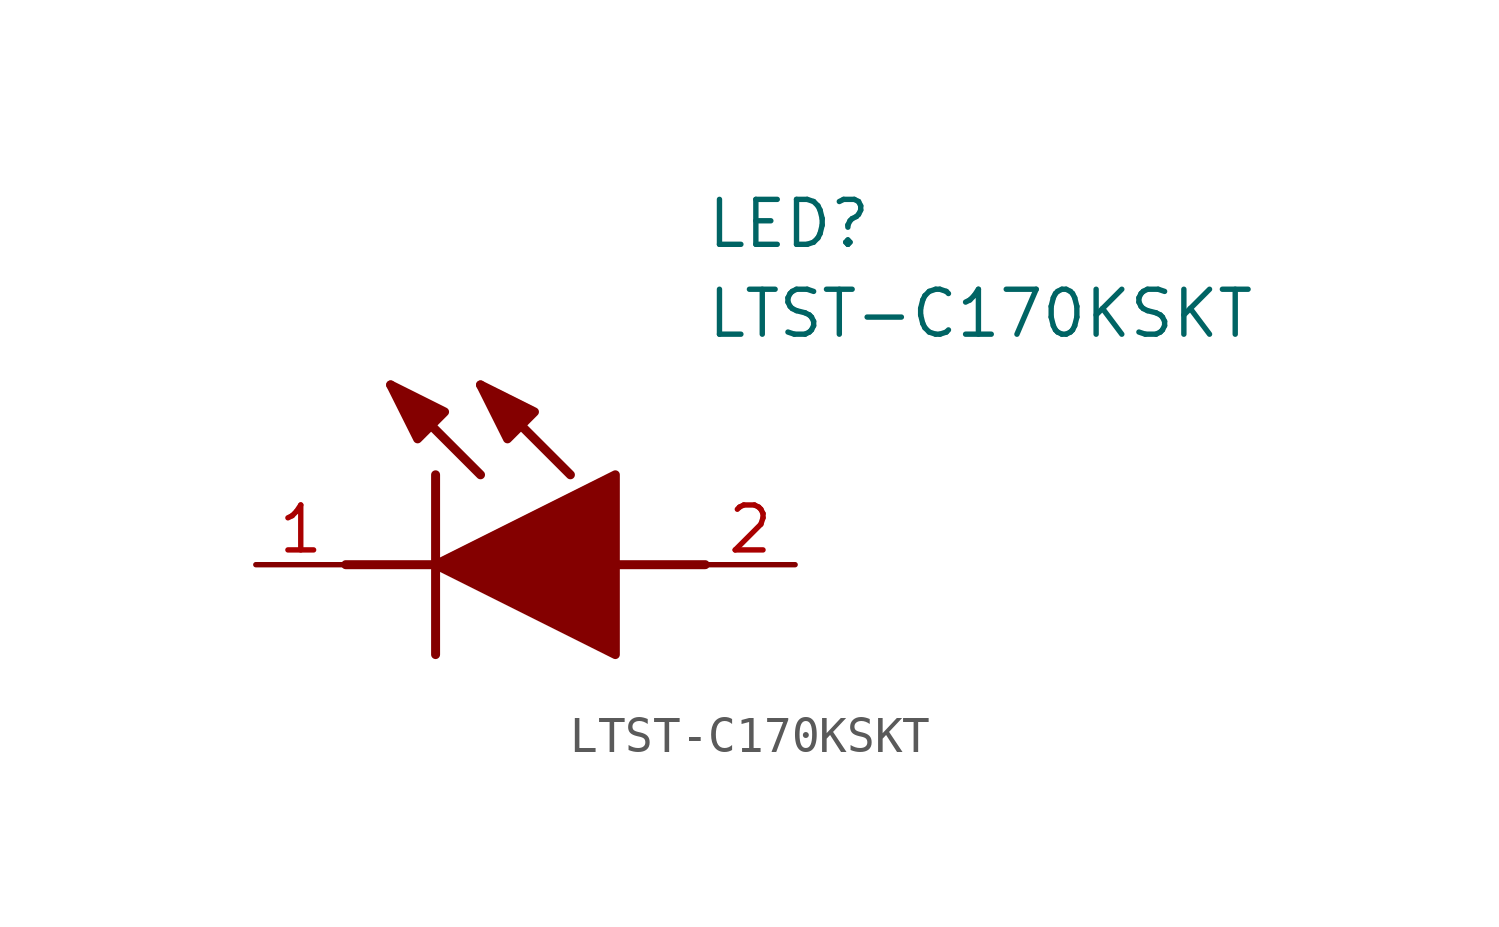
<source format=kicad_sym>
(kicad_symbol_lib
  (version 20211014)
  (generator SamacSys_ECAD_Model)
  (symbol "LTST-C170KSKT"
    (pin_names hide)
    (property "Reference" "LED"
      (at 12.7 8.89 0)
      (effects (font (size 1.27 1.27)) (justify left bottom)))
    (property "Value" "LTST-C170KSKT"
      (at 12.7 6.35 0)
      (effects (font (size 1.27 1.27)) (justify left bottom)))
    (polyline
      (pts (xy 5.08 2.54) (xy 5.08 -2.54))
      (stroke (width 0.254) (type default))
      (fill (type none)))
    (polyline
      (pts (xy 6.35 2.54) (xy 3.81 5.08))
      (stroke (width 0.254) (type default))
      (fill (type none)))
    (polyline
      (pts (xy 8.89 2.54) (xy 6.35 5.08))
      (stroke (width 0.254) (type default))
      (fill (type none)))
    (polyline
      (pts (xy 2.54 0) (xy 5.08 0))
      (stroke (width 0.254) (type default))
      (fill (type none)))
    (polyline
      (pts (xy 10.16 0) (xy 12.7 0))
      (stroke (width 0.254) (type default))
      (fill (type none)))
    (polyline
      (pts (xy 5.08 0) (xy 10.16 2.54) (xy 10.16 -2.54) (xy 5.08 0))
      (stroke (width 0.254) (type default))
      (fill (type outline)))
    (polyline
      (pts (xy 5.334 4.318) (xy 4.572 3.556) (xy 3.81 5.08) (xy 5.334 4.318))
      (stroke (width 0.254) (type default))
      (fill (type outline)))
    (polyline
      (pts (xy 7.874 4.318) (xy 7.112 3.556) (xy 6.35 5.08) (xy 7.874 4.318))
      (stroke (width 0.254) (type default))
      (fill (type outline)))
    (pin passive line
      (at 0 0 0)
      (length 2.54)
      (name "K" (effects (font (size 1.27 1.27))))
      (number "1" (effects (font (size 1.27 1.27)))))
    (pin passive line
      (at 15.24 0 180)
      (length 2.54)
      (name "A" (effects (font (size 1.27 1.27))))
      (number "2" (effects (font (size 1.27 1.27)))))))
</source>
